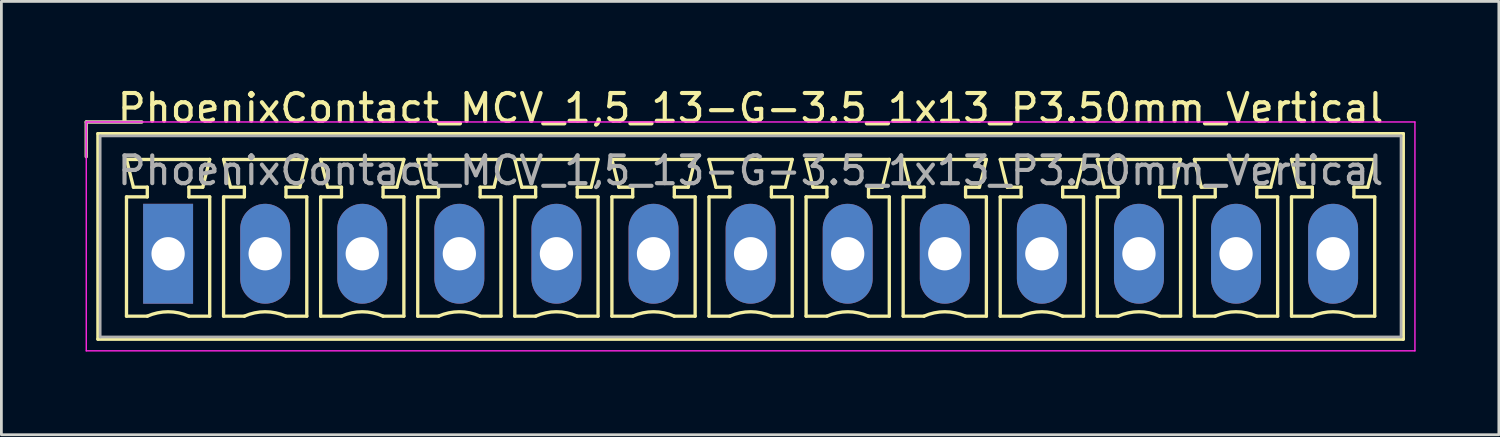
<source format=kicad_pcb>
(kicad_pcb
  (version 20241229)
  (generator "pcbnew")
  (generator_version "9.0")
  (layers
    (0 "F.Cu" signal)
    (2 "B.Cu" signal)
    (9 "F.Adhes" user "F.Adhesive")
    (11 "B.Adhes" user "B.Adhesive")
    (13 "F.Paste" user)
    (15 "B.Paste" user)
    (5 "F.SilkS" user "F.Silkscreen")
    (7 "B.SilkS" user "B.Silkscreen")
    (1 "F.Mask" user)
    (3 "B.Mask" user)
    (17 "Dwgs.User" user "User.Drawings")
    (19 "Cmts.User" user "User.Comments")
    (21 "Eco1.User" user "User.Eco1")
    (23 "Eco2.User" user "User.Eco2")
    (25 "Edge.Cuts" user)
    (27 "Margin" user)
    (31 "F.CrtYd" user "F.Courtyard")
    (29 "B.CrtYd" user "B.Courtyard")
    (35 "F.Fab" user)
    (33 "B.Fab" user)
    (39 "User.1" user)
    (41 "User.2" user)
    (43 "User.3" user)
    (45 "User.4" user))
  (footprint "PhoenixContact_MCV_1,5_13-G-3.5_1x13_P3.50mm_Vertical"
    (layer "F.Cu")
    (at 3.01 6.098)
    (property "Reference" "PhoenixContact_MCV_1,5_13-G-3.5_1x13_P3.50mm_Vertical" (at 21 -5.25 0) (layer "F.SilkS") (effects (font (size 1 1) (thickness 0.15))))
    (attr through_hole)
    (fp_line (start -2.95 -4.75) (end -0.95 -4.75) (stroke (width 0.12) (type solid)) (layer "F.SilkS"))
    (fp_line (start -2.95 -3.5) (end -2.95 -4.75) (stroke (width 0.12) (type solid)) (layer "F.SilkS"))
    (fp_line (start -2.53 -4.33) (end -2.53 3.08) (stroke (width 0.12) (type solid)) (layer "F.SilkS"))
    (fp_line (start -2.53 3.08) (end 44.53 3.08) (stroke (width 0.12) (type solid)) (layer "F.SilkS"))
    (fp_line (start -1.5 -3.4) (end 1.5 -3.4) (stroke (width 0.12) (type solid)) (layer "F.SilkS"))
    (fp_line (start -1.5 -2.05) (end -0.75 -2.05) (stroke (width 0.12) (type solid)) (layer "F.SilkS"))
    (fp_line (start -1.5 2.25) (end -1.5 -2.05) (stroke (width 0.12) (type solid)) (layer "F.SilkS"))
    (fp_line (start -1.25 -2.4) (end -1.5 -3.4) (stroke (width 0.12) (type solid)) (layer "F.SilkS"))
    (fp_line (start -0.75 -2.4) (end -1.25 -2.4) (stroke (width 0.12) (type solid)) (layer "F.SilkS"))
    (fp_line (start -0.75 -2.05) (end -0.75 -2.4) (stroke (width 0.12) (type solid)) (layer "F.SilkS"))
    (fp_line (start -0.75 2.25) (end -1.5 2.25) (stroke (width 0.12) (type solid)) (layer "F.SilkS"))
    (fp_line (start 0.75 -2.4) (end 0.75 -2.05) (stroke (width 0.12) (type solid)) (layer "F.SilkS"))
    (fp_line (start 0.75 -2.05) (end 1.5 -2.05) (stroke (width 0.12) (type solid)) (layer "F.SilkS"))
    (fp_line (start 1.25 -2.4) (end 0.75 -2.4) (stroke (width 0.12) (type solid)) (layer "F.SilkS"))
    (fp_line (start 1.5 -3.4) (end 1.25 -2.4) (stroke (width 0.12) (type solid)) (layer "F.SilkS"))
    (fp_line (start 1.5 -2.05) (end 1.5 2.25) (stroke (width 0.12) (type solid)) (layer "F.SilkS"))
    (fp_line (start 1.5 2.25) (end 0.75 2.25) (stroke (width 0.12) (type solid)) (layer "F.SilkS"))
    (fp_line (start 2 -3.4) (end 5 -3.4) (stroke (width 0.12) (type solid)) (layer "F.SilkS"))
    (fp_line (start 2 -2.05) (end 2.75 -2.05) (stroke (width 0.12) (type solid)) (layer "F.SilkS"))
    (fp_line (start 2 2.25) (end 2 -2.05) (stroke (width 0.12) (type solid)) (layer "F.SilkS"))
    (fp_line (start 2.25 -2.4) (end 2 -3.4) (stroke (width 0.12) (type solid)) (layer "F.SilkS"))
    (fp_line (start 2.75 -2.4) (end 2.25 -2.4) (stroke (width 0.12) (type solid)) (layer "F.SilkS"))
    (fp_line (start 2.75 -2.05) (end 2.75 -2.4) (stroke (width 0.12) (type solid)) (layer "F.SilkS"))
    (fp_line (start 2.75 2.25) (end 2 2.25) (stroke (width 0.12) (type solid)) (layer "F.SilkS"))
    (fp_line (start 4.25 -2.4) (end 4.25 -2.05) (stroke (width 0.12) (type solid)) (layer "F.SilkS"))
    (fp_line (start 4.25 -2.05) (end 5 -2.05) (stroke (width 0.12) (type solid)) (layer "F.SilkS"))
    (fp_line (start 4.75 -2.4) (end 4.25 -2.4) (stroke (width 0.12) (type solid)) (layer "F.SilkS"))
    (fp_line (start 5 -3.4) (end 4.75 -2.4) (stroke (width 0.12) (type solid)) (layer "F.SilkS"))
    (fp_line (start 5 -2.05) (end 5 2.25) (stroke (width 0.12) (type solid)) (layer "F.SilkS"))
    (fp_line (start 5 2.25) (end 4.25 2.25) (stroke (width 0.12) (type solid)) (layer "F.SilkS"))
    (fp_line (start 5.5 -3.4) (end 8.5 -3.4) (stroke (width 0.12) (type solid)) (layer "F.SilkS"))
    (fp_line (start 5.5 -2.05) (end 6.25 -2.05) (stroke (width 0.12) (type solid)) (layer "F.SilkS"))
    (fp_line (start 5.5 2.25) (end 5.5 -2.05) (stroke (width 0.12) (type solid)) (layer "F.SilkS"))
    (fp_line (start 5.75 -2.4) (end 5.5 -3.4) (stroke (width 0.12) (type solid)) (layer "F.SilkS"))
    (fp_line (start 6.25 -2.4) (end 5.75 -2.4) (stroke (width 0.12) (type solid)) (layer "F.SilkS"))
    (fp_line (start 6.25 -2.05) (end 6.25 -2.4) (stroke (width 0.12) (type solid)) (layer "F.SilkS"))
    (fp_line (start 6.25 2.25) (end 5.5 2.25) (stroke (width 0.12) (type solid)) (layer "F.SilkS"))
    (fp_line (start 7.75 -2.4) (end 7.75 -2.05) (stroke (width 0.12) (type solid)) (layer "F.SilkS"))
    (fp_line (start 7.75 -2.05) (end 8.5 -2.05) (stroke (width 0.12) (type solid)) (layer "F.SilkS"))
    (fp_line (start 8.25 -2.4) (end 7.75 -2.4) (stroke (width 0.12) (type solid)) (layer "F.SilkS"))
    (fp_line (start 8.5 -3.4) (end 8.25 -2.4) (stroke (width 0.12) (type solid)) (layer "F.SilkS"))
    (fp_line (start 8.5 -2.05) (end 8.5 2.25) (stroke (width 0.12) (type solid)) (layer "F.SilkS"))
    (fp_line (start 8.5 2.25) (end 7.75 2.25) (stroke (width 0.12) (type solid)) (layer "F.SilkS"))
    (fp_line (start 9 -3.4) (end 12 -3.4) (stroke (width 0.12) (type solid)) (layer "F.SilkS"))
    (fp_line (start 9 -2.05) (end 9.75 -2.05) (stroke (width 0.12) (type solid)) (layer "F.SilkS"))
    (fp_line (start 9 2.25) (end 9 -2.05) (stroke (width 0.12) (type solid)) (layer "F.SilkS"))
    (fp_line (start 9.25 -2.4) (end 9 -3.4) (stroke (width 0.12) (type solid)) (layer "F.SilkS"))
    (fp_line (start 9.75 -2.4) (end 9.25 -2.4) (stroke (width 0.12) (type solid)) (layer "F.SilkS"))
    (fp_line (start 9.75 -2.05) (end 9.75 -2.4) (stroke (width 0.12) (type solid)) (layer "F.SilkS"))
    (fp_line (start 9.75 2.25) (end 9 2.25) (stroke (width 0.12) (type solid)) (layer "F.SilkS"))
    (fp_line (start 11.25 -2.4) (end 11.25 -2.05) (stroke (width 0.12) (type solid)) (layer "F.SilkS"))
    (fp_line (start 11.25 -2.05) (end 12 -2.05) (stroke (width 0.12) (type solid)) (layer "F.SilkS"))
    (fp_line (start 11.75 -2.4) (end 11.25 -2.4) (stroke (width 0.12) (type solid)) (layer "F.SilkS"))
    (fp_line (start 12 -3.4) (end 11.75 -2.4) (stroke (width 0.12) (type solid)) (layer "F.SilkS"))
    (fp_line (start 12 -2.05) (end 12 2.25) (stroke (width 0.12) (type solid)) (layer "F.SilkS"))
    (fp_line (start 12 2.25) (end 11.25 2.25) (stroke (width 0.12) (type solid)) (layer "F.SilkS"))
    (fp_line (start 12.5 -3.4) (end 15.5 -3.4) (stroke (width 0.12) (type solid)) (layer "F.SilkS"))
    (fp_line (start 12.5 -2.05) (end 13.25 -2.05) (stroke (width 0.12) (type solid)) (layer "F.SilkS"))
    (fp_line (start 12.5 2.25) (end 12.5 -2.05) (stroke (width 0.12) (type solid)) (layer "F.SilkS"))
    (fp_line (start 12.75 -2.4) (end 12.5 -3.4) (stroke (width 0.12) (type solid)) (layer "F.SilkS"))
    (fp_line (start 13.25 -2.4) (end 12.75 -2.4) (stroke (width 0.12) (type solid)) (layer "F.SilkS"))
    (fp_line (start 13.25 -2.05) (end 13.25 -2.4) (stroke (width 0.12) (type solid)) (layer "F.SilkS"))
    (fp_line (start 13.25 2.25) (end 12.5 2.25) (stroke (width 0.12) (type solid)) (layer "F.SilkS"))
    (fp_line (start 14.75 -2.4) (end 14.75 -2.05) (stroke (width 0.12) (type solid)) (layer "F.SilkS"))
    (fp_line (start 14.75 -2.05) (end 15.5 -2.05) (stroke (width 0.12) (type solid)) (layer "F.SilkS"))
    (fp_line (start 15.25 -2.4) (end 14.75 -2.4) (stroke (width 0.12) (type solid)) (layer "F.SilkS"))
    (fp_line (start 15.5 -3.4) (end 15.25 -2.4) (stroke (width 0.12) (type solid)) (layer "F.SilkS"))
    (fp_line (start 15.5 -2.05) (end 15.5 2.25) (stroke (width 0.12) (type solid)) (layer "F.SilkS"))
    (fp_line (start 15.5 2.25) (end 14.75 2.25) (stroke (width 0.12) (type solid)) (layer "F.SilkS"))
    (fp_line (start 16 -3.4) (end 19 -3.4) (stroke (width 0.12) (type solid)) (layer "F.SilkS"))
    (fp_line (start 16 -2.05) (end 16.75 -2.05) (stroke (width 0.12) (type solid)) (layer "F.SilkS"))
    (fp_line (start 16 2.25) (end 16 -2.05) (stroke (width 0.12) (type solid)) (layer "F.SilkS"))
    (fp_line (start 16.25 -2.4) (end 16 -3.4) (stroke (width 0.12) (type solid)) (layer "F.SilkS"))
    (fp_line (start 16.75 -2.4) (end 16.25 -2.4) (stroke (width 0.12) (type solid)) (layer "F.SilkS"))
    (fp_line (start 16.75 -2.05) (end 16.75 -2.4) (stroke (width 0.12) (type solid)) (layer "F.SilkS"))
    (fp_line (start 16.75 2.25) (end 16 2.25) (stroke (width 0.12) (type solid)) (layer "F.SilkS"))
    (fp_line (start 18.25 -2.4) (end 18.25 -2.05) (stroke (width 0.12) (type solid)) (layer "F.SilkS"))
    (fp_line (start 18.25 -2.05) (end 19 -2.05) (stroke (width 0.12) (type solid)) (layer "F.SilkS"))
    (fp_line (start 18.75 -2.4) (end 18.25 -2.4) (stroke (width 0.12) (type solid)) (layer "F.SilkS"))
    (fp_line (start 19 -3.4) (end 18.75 -2.4) (stroke (width 0.12) (type solid)) (layer "F.SilkS"))
    (fp_line (start 19 -2.05) (end 19 2.25) (stroke (width 0.12) (type solid)) (layer "F.SilkS"))
    (fp_line (start 19 2.25) (end 18.25 2.25) (stroke (width 0.12) (type solid)) (layer "F.SilkS"))
    (fp_line (start 19.5 -3.4) (end 22.5 -3.4) (stroke (width 0.12) (type solid)) (layer "F.SilkS"))
    (fp_line (start 19.5 -2.05) (end 20.25 -2.05) (stroke (width 0.12) (type solid)) (layer "F.SilkS"))
    (fp_line (start 19.5 2.25) (end 19.5 -2.05) (stroke (width 0.12) (type solid)) (layer "F.SilkS"))
    (fp_line (start 19.75 -2.4) (end 19.5 -3.4) (stroke (width 0.12) (type solid)) (layer "F.SilkS"))
    (fp_line (start 20.25 -2.4) (end 19.75 -2.4) (stroke (width 0.12) (type solid)) (layer "F.SilkS"))
    (fp_line (start 20.25 -2.05) (end 20.25 -2.4) (stroke (width 0.12) (type solid)) (layer "F.SilkS"))
    (fp_line (start 20.25 2.25) (end 19.5 2.25) (stroke (width 0.12) (type solid)) (layer "F.SilkS"))
    (fp_line (start 21.75 -2.4) (end 21.75 -2.05) (stroke (width 0.12) (type solid)) (layer "F.SilkS"))
    (fp_line (start 21.75 -2.05) (end 22.5 -2.05) (stroke (width 0.12) (type solid)) (layer "F.SilkS"))
    (fp_line (start 22.25 -2.4) (end 21.75 -2.4) (stroke (width 0.12) (type solid)) (layer "F.SilkS"))
    (fp_line (start 22.5 -3.4) (end 22.25 -2.4) (stroke (width 0.12) (type solid)) (layer "F.SilkS"))
    (fp_line (start 22.5 -2.05) (end 22.5 2.25) (stroke (width 0.12) (type solid)) (layer "F.SilkS"))
    (fp_line (start 22.5 2.25) (end 21.75 2.25) (stroke (width 0.12) (type solid)) (layer "F.SilkS"))
    (fp_line (start 23 -3.4) (end 26 -3.4) (stroke (width 0.12) (type solid)) (layer "F.SilkS"))
    (fp_line (start 23 -2.05) (end 23.75 -2.05) (stroke (width 0.12) (type solid)) (layer "F.SilkS"))
    (fp_line (start 23 2.25) (end 23 -2.05) (stroke (width 0.12) (type solid)) (layer "F.SilkS"))
    (fp_line (start 23.25 -2.4) (end 23 -3.4) (stroke (width 0.12) (type solid)) (layer "F.SilkS"))
    (fp_line (start 23.75 -2.4) (end 23.25 -2.4) (stroke (width 0.12) (type solid)) (layer "F.SilkS"))
    (fp_line (start 23.75 -2.05) (end 23.75 -2.4) (stroke (width 0.12) (type solid)) (layer "F.SilkS"))
    (fp_line (start 23.75 2.25) (end 23 2.25) (stroke (width 0.12) (type solid)) (layer "F.SilkS"))
    (fp_line (start 25.25 -2.4) (end 25.25 -2.05) (stroke (width 0.12) (type solid)) (layer "F.SilkS"))
    (fp_line (start 25.25 -2.05) (end 26 -2.05) (stroke (width 0.12) (type solid)) (layer "F.SilkS"))
    (fp_line (start 25.75 -2.4) (end 25.25 -2.4) (stroke (width 0.12) (type solid)) (layer "F.SilkS"))
    (fp_line (start 26 -3.4) (end 25.75 -2.4) (stroke (width 0.12) (type solid)) (layer "F.SilkS"))
    (fp_line (start 26 -2.05) (end 26 2.25) (stroke (width 0.12) (type solid)) (layer "F.SilkS"))
    (fp_line (start 26 2.25) (end 25.25 2.25) (stroke (width 0.12) (type solid)) (layer "F.SilkS"))
    (fp_line (start 26.5 -3.4) (end 29.5 -3.4) (stroke (width 0.12) (type solid)) (layer "F.SilkS"))
    (fp_line (start 26.5 -2.05) (end 27.25 -2.05) (stroke (width 0.12) (type solid)) (layer "F.SilkS"))
    (fp_line (start 26.5 2.25) (end 26.5 -2.05) (stroke (width 0.12) (type solid)) (layer "F.SilkS"))
    (fp_line (start 26.75 -2.4) (end 26.5 -3.4) (stroke (width 0.12) (type solid)) (layer "F.SilkS"))
    (fp_line (start 27.25 -2.4) (end 26.75 -2.4) (stroke (width 0.12) (type solid)) (layer "F.SilkS"))
    (fp_line (start 27.25 -2.05) (end 27.25 -2.4) (stroke (width 0.12) (type solid)) (layer "F.SilkS"))
    (fp_line (start 27.25 2.25) (end 26.5 2.25) (stroke (width 0.12) (type solid)) (layer "F.SilkS"))
    (fp_line (start 28.75 -2.4) (end 28.75 -2.05) (stroke (width 0.12) (type solid)) (layer "F.SilkS"))
    (fp_line (start 28.75 -2.05) (end 29.5 -2.05) (stroke (width 0.12) (type solid)) (layer "F.SilkS"))
    (fp_line (start 29.25 -2.4) (end 28.75 -2.4) (stroke (width 0.12) (type solid)) (layer "F.SilkS"))
    (fp_line (start 29.5 -3.4) (end 29.25 -2.4) (stroke (width 0.12) (type solid)) (layer "F.SilkS"))
    (fp_line (start 29.5 -2.05) (end 29.5 2.25) (stroke (width 0.12) (type solid)) (layer "F.SilkS"))
    (fp_line (start 29.5 2.25) (end 28.75 2.25) (stroke (width 0.12) (type solid)) (layer "F.SilkS"))
    (fp_line (start 30 -3.4) (end 33 -3.4) (stroke (width 0.12) (type solid)) (layer "F.SilkS"))
    (fp_line (start 30 -2.05) (end 30.75 -2.05) (stroke (width 0.12) (type solid)) (layer "F.SilkS"))
    (fp_line (start 30 2.25) (end 30 -2.05) (stroke (width 0.12) (type solid)) (layer "F.SilkS"))
    (fp_line (start 30.25 -2.4) (end 30 -3.4) (stroke (width 0.12) (type solid)) (layer "F.SilkS"))
    (fp_line (start 30.75 -2.4) (end 30.25 -2.4) (stroke (width 0.12) (type solid)) (layer "F.SilkS"))
    (fp_line (start 30.75 -2.05) (end 30.75 -2.4) (stroke (width 0.12) (type solid)) (layer "F.SilkS"))
    (fp_line (start 30.75 2.25) (end 30 2.25) (stroke (width 0.12) (type solid)) (layer "F.SilkS"))
    (fp_line (start 32.25 -2.4) (end 32.25 -2.05) (stroke (width 0.12) (type solid)) (layer "F.SilkS"))
    (fp_line (start 32.25 -2.05) (end 33 -2.05) (stroke (width 0.12) (type solid)) (layer "F.SilkS"))
    (fp_line (start 32.75 -2.4) (end 32.25 -2.4) (stroke (width 0.12) (type solid)) (layer "F.SilkS"))
    (fp_line (start 33 -3.4) (end 32.75 -2.4) (stroke (width 0.12) (type solid)) (layer "F.SilkS"))
    (fp_line (start 33 -2.05) (end 33 2.25) (stroke (width 0.12) (type solid)) (layer "F.SilkS"))
    (fp_line (start 33 2.25) (end 32.25 2.25) (stroke (width 0.12) (type solid)) (layer "F.SilkS"))
    (fp_line (start 33.5 -3.4) (end 36.5 -3.4) (stroke (width 0.12) (type solid)) (layer "F.SilkS"))
    (fp_line (start 33.5 -2.05) (end 34.25 -2.05) (stroke (width 0.12) (type solid)) (layer "F.SilkS"))
    (fp_line (start 33.5 2.25) (end 33.5 -2.05) (stroke (width 0.12) (type solid)) (layer "F.SilkS"))
    (fp_line (start 33.75 -2.4) (end 33.5 -3.4) (stroke (width 0.12) (type solid)) (layer "F.SilkS"))
    (fp_line (start 34.25 -2.4) (end 33.75 -2.4) (stroke (width 0.12) (type solid)) (layer "F.SilkS"))
    (fp_line (start 34.25 -2.05) (end 34.25 -2.4) (stroke (width 0.12) (type solid)) (layer "F.SilkS"))
    (fp_line (start 34.25 2.25) (end 33.5 2.25) (stroke (width 0.12) (type solid)) (layer "F.SilkS"))
    (fp_line (start 35.75 -2.4) (end 35.75 -2.05) (stroke (width 0.12) (type solid)) (layer "F.SilkS"))
    (fp_line (start 35.75 -2.05) (end 36.5 -2.05) (stroke (width 0.12) (type solid)) (layer "F.SilkS"))
    (fp_line (start 36.25 -2.4) (end 35.75 -2.4) (stroke (width 0.12) (type solid)) (layer "F.SilkS"))
    (fp_line (start 36.5 -3.4) (end 36.25 -2.4) (stroke (width 0.12) (type solid)) (layer "F.SilkS"))
    (fp_line (start 36.5 -2.05) (end 36.5 2.25) (stroke (width 0.12) (type solid)) (layer "F.SilkS"))
    (fp_line (start 36.5 2.25) (end 35.75 2.25) (stroke (width 0.12) (type solid)) (layer "F.SilkS"))
    (fp_line (start 37 -3.4) (end 40 -3.4) (stroke (width 0.12) (type solid)) (layer "F.SilkS"))
    (fp_line (start 37 -2.05) (end 37.75 -2.05) (stroke (width 0.12) (type solid)) (layer "F.SilkS"))
    (fp_line (start 37 2.25) (end 37 -2.05) (stroke (width 0.12) (type solid)) (layer "F.SilkS"))
    (fp_line (start 37.25 -2.4) (end 37 -3.4) (stroke (width 0.12) (type solid)) (layer "F.SilkS"))
    (fp_line (start 37.75 -2.4) (end 37.25 -2.4) (stroke (width 0.12) (type solid)) (layer "F.SilkS"))
    (fp_line (start 37.75 -2.05) (end 37.75 -2.4) (stroke (width 0.12) (type solid)) (layer "F.SilkS"))
    (fp_line (start 37.75 2.25) (end 37 2.25) (stroke (width 0.12) (type solid)) (layer "F.SilkS"))
    (fp_line (start 39.25 -2.4) (end 39.25 -2.05) (stroke (width 0.12) (type solid)) (layer "F.SilkS"))
    (fp_line (start 39.25 -2.05) (end 40 -2.05) (stroke (width 0.12) (type solid)) (layer "F.SilkS"))
    (fp_line (start 39.75 -2.4) (end 39.25 -2.4) (stroke (width 0.12) (type solid)) (layer "F.SilkS"))
    (fp_line (start 40 -3.4) (end 39.75 -2.4) (stroke (width 0.12) (type solid)) (layer "F.SilkS"))
    (fp_line (start 40 -2.05) (end 40 2.25) (stroke (width 0.12) (type solid)) (layer "F.SilkS"))
    (fp_line (start 40 2.25) (end 39.25 2.25) (stroke (width 0.12) (type solid)) (layer "F.SilkS"))
    (fp_line (start 40.5 -3.4) (end 43.5 -3.4) (stroke (width 0.12) (type solid)) (layer "F.SilkS"))
    (fp_line (start 40.5 -2.05) (end 41.25 -2.05) (stroke (width 0.12) (type solid)) (layer "F.SilkS"))
    (fp_line (start 40.5 2.25) (end 40.5 -2.05) (stroke (width 0.12) (type solid)) (layer "F.SilkS"))
    (fp_line (start 40.75 -2.4) (end 40.5 -3.4) (stroke (width 0.12) (type solid)) (layer "F.SilkS"))
    (fp_line (start 41.25 -2.4) (end 40.75 -2.4) (stroke (width 0.12) (type solid)) (layer "F.SilkS"))
    (fp_line (start 41.25 -2.05) (end 41.25 -2.4) (stroke (width 0.12) (type solid)) (layer "F.SilkS"))
    (fp_line (start 41.25 2.25) (end 40.5 2.25) (stroke (width 0.12) (type solid)) (layer "F.SilkS"))
    (fp_line (start 42.75 -2.4) (end 42.75 -2.05) (stroke (width 0.12) (type solid)) (layer "F.SilkS"))
    (fp_line (start 42.75 -2.05) (end 43.5 -2.05) (stroke (width 0.12) (type solid)) (layer "F.SilkS"))
    (fp_line (start 43.25 -2.4) (end 42.75 -2.4) (stroke (width 0.12) (type solid)) (layer "F.SilkS"))
    (fp_line (start 43.5 -3.4) (end 43.25 -2.4) (stroke (width 0.12) (type solid)) (layer "F.SilkS"))
    (fp_line (start 43.5 -2.05) (end 43.5 2.25) (stroke (width 0.12) (type solid)) (layer "F.SilkS"))
    (fp_line (start 43.5 2.25) (end 42.75 2.25) (stroke (width 0.12) (type solid)) (layer "F.SilkS"))
    (fp_line (start 44.53 -4.33) (end -2.53 -4.33) (stroke (width 0.12) (type solid)) (layer "F.SilkS"))
    (fp_line (start 44.53 3.08) (end 44.53 -4.33) (stroke (width 0.12) (type solid)) (layer "F.SilkS"))
    (fp_arc (start -0.75 2.25) (mid -0.000193 2.09191) (end 0.749647 2.249844) (stroke (width 0.12) (type solid)) (layer "F.SilkS"))
    (fp_arc (start 2.75 2.25) (mid 3.499807 2.09191) (end 4.249647 2.249844) (stroke (width 0.12) (type solid)) (layer "F.SilkS"))
    (fp_arc (start 6.25 2.25) (mid 6.999807 2.09191) (end 7.749647 2.249844) (stroke (width 0.12) (type solid)) (layer "F.SilkS"))
    (fp_arc (start 9.75 2.25) (mid 10.499807 2.09191) (end 11.249647 2.249844) (stroke (width 0.12) (type solid)) (layer "F.SilkS"))
    (fp_arc (start 13.25 2.25) (mid 13.999807 2.09191) (end 14.749647 2.249844) (stroke (width 0.12) (type solid)) (layer "F.SilkS"))
    (fp_arc (start 16.75 2.25) (mid 17.499807 2.09191) (end 18.249647 2.249844) (stroke (width 0.12) (type solid)) (layer "F.SilkS"))
    (fp_arc (start 20.25 2.25) (mid 20.999807 2.09191) (end 21.749647 2.249844) (stroke (width 0.12) (type solid)) (layer "F.SilkS"))
    (fp_arc (start 23.75 2.25) (mid 24.499807 2.09191) (end 25.249647 2.249844) (stroke (width 0.12) (type solid)) (layer "F.SilkS"))
    (fp_arc (start 27.25 2.25) (mid 27.999807 2.09191) (end 28.749647 2.249844) (stroke (width 0.12) (type solid)) (layer "F.SilkS"))
    (fp_arc (start 30.75 2.25) (mid 31.499807 2.09191) (end 32.249647 2.249844) (stroke (width 0.12) (type solid)) (layer "F.SilkS"))
    (fp_arc (start 34.25 2.25) (mid 34.999807 2.09191) (end 35.749647 2.249844) (stroke (width 0.12) (type solid)) (layer "F.SilkS"))
    (fp_arc (start 37.75 2.25) (mid 38.499807 2.09191) (end 39.249647 2.249844) (stroke (width 0.12) (type solid)) (layer "F.SilkS"))
    (fp_arc (start 41.25 2.25) (mid 41.999807 2.09191) (end 42.749647 2.249844) (stroke (width 0.12) (type solid)) (layer "F.SilkS"))
    (fp_line (start -2.95 -4.75) (end -2.95 3.5) (stroke (width 0.05) (type solid)) (layer "F.CrtYd"))
    (fp_line (start -2.95 3.5) (end 44.95 3.5) (stroke (width 0.05) (type solid)) (layer "F.CrtYd"))
    (fp_line (start 44.95 -4.75) (end -2.95 -4.75) (stroke (width 0.05) (type solid)) (layer "F.CrtYd"))
    (fp_line (start 44.95 3.5) (end 44.95 -4.75) (stroke (width 0.05) (type solid)) (layer "F.CrtYd"))
    (fp_line (start -2.95 -4.75) (end -0.95 -4.75) (stroke (width 0.1) (type solid)) (layer "F.Fab"))
    (fp_line (start -2.95 -3.5) (end -2.95 -4.75) (stroke (width 0.1) (type solid)) (layer "F.Fab"))
    (fp_line (start -2.45 -4.25) (end -2.45 3) (stroke (width 0.1) (type solid)) (layer "F.Fab"))
    (fp_line (start -2.45 3) (end 44.45 3) (stroke (width 0.1) (type solid)) (layer "F.Fab"))
    (fp_line (start 44.45 -4.25) (end -2.45 -4.25) (stroke (width 0.1) (type solid)) (layer "F.Fab"))
    (fp_line (start 44.45 3) (end 44.45 -4.25) (stroke (width 0.1) (type solid)) (layer "F.Fab"))
    (fp_text user "${REFERENCE}" (at 21 -3 0) (layer "F.Fab") (effects (font (size 1 1) (thickness 0.15))))
    (pad "1" thru_hole rect (at 0 0) (size 1.8 3.6) (drill 1.2) (layers "*.Cu" "*.Mask"))
    (pad "2" thru_hole oval (at 3.5 0) (size 1.8 3.6) (drill 1.2) (layers "*.Cu" "*.Mask"))
    (pad "3" thru_hole oval (at 7 0) (size 1.8 3.6) (drill 1.2) (layers "*.Cu" "*.Mask"))
    (pad "4" thru_hole oval (at 10.5 0) (size 1.8 3.6) (drill 1.2) (layers "*.Cu" "*.Mask"))
    (pad "5" thru_hole oval (at 14 0) (size 1.8 3.6) (drill 1.2) (layers "*.Cu" "*.Mask"))
    (pad "6" thru_hole oval (at 17.5 0) (size 1.8 3.6) (drill 1.2) (layers "*.Cu" "*.Mask"))
    (pad "7" thru_hole oval (at 21 0) (size 1.8 3.6) (drill 1.2) (layers "*.Cu" "*.Mask"))
    (pad "8" thru_hole oval (at 24.5 0) (size 1.8 3.6) (drill 1.2) (layers "*.Cu" "*.Mask"))
    (pad "9" thru_hole oval (at 28 0) (size 1.8 3.6) (drill 1.2) (layers "*.Cu" "*.Mask"))
    (pad "10" thru_hole oval (at 31.5 0) (size 1.8 3.6) (drill 1.2) (layers "*.Cu" "*.Mask"))
    (pad "11" thru_hole oval (at 35 0) (size 1.8 3.6) (drill 1.2) (layers "*.Cu" "*.Mask"))
    (pad "12" thru_hole oval (at 38.5 0) (size 1.8 3.6) (drill 1.2) (layers "*.Cu" "*.Mask"))
    (pad "13" thru_hole oval (at 42 0) (size 1.8 3.6) (drill 1.2) (layers "*.Cu" "*.Mask")))
  (gr_rect
    (start -3 -3)
    (end 50.985 12.623)
    (stroke (width 0.1) (type default))
    (fill no)
    (layer "Edge.Cuts")))
</source>
